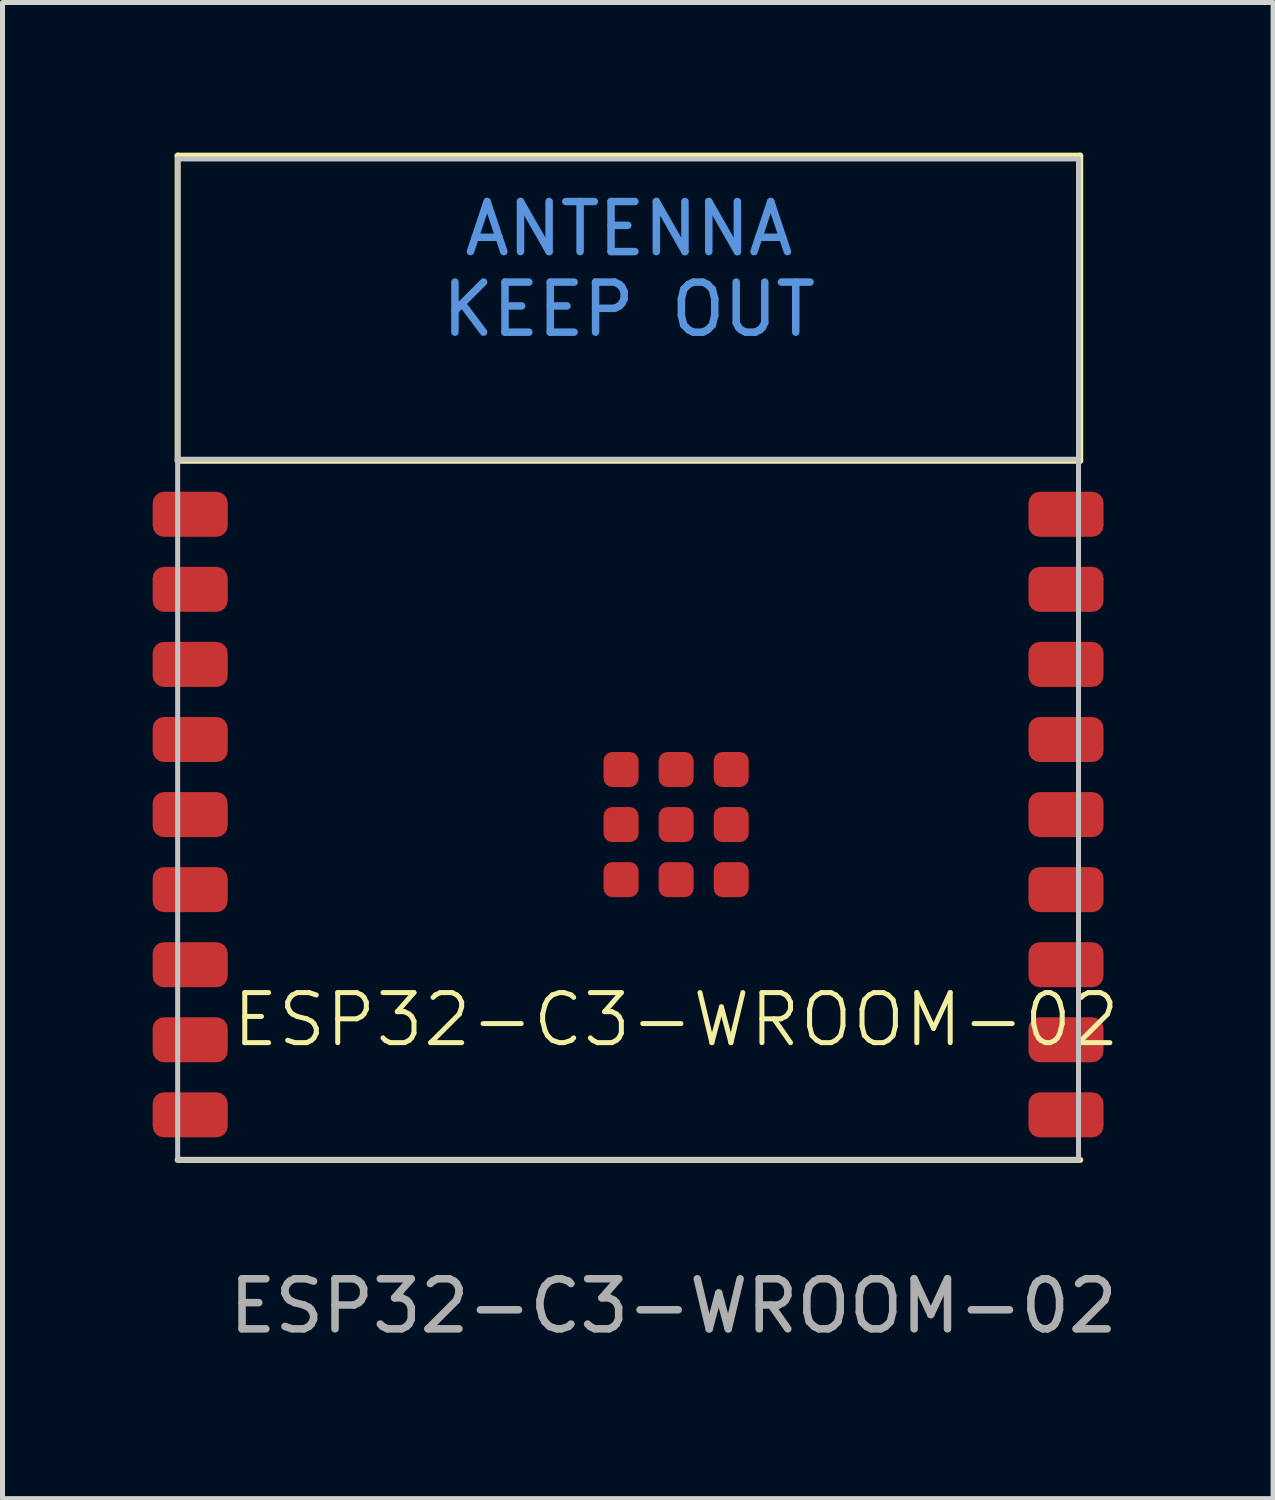
<source format=kicad_pcb>
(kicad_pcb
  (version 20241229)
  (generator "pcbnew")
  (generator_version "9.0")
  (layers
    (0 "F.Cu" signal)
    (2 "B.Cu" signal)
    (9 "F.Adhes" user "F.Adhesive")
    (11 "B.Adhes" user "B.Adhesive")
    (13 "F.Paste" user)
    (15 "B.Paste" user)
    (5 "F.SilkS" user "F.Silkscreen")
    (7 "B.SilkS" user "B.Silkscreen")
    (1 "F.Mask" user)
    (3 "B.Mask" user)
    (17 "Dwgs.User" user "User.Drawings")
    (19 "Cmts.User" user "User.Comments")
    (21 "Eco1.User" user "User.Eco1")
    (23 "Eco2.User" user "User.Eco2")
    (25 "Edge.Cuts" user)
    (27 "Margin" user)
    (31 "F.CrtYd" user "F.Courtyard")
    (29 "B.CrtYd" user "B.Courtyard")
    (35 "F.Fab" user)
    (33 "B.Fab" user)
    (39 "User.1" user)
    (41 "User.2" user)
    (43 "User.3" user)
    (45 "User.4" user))
  (footprint "ESP32-C3-WROOM-02"
    (layer "F.Cu")
    (at 0.5 20.126)
    (property "Reference" "ESP32-C3-WROOM-02" (at 9.96 -2.8 0) (unlocked yes) (layer "F.SilkS") (effects (font (size 1 1) (thickness 0.1))))
    (attr smd)
    (fp_line (start 0 -20.066) (end 0 -13.97) (stroke (width 0.12) (type default)) (layer "F.SilkS"))
    (fp_line (start 0 -13.97) (end 18.034 -13.97) (stroke (width 0.12) (type default)) (layer "F.SilkS"))
    (fp_line (start 18.034 -20.066) (end 0 -20.066) (stroke (width 0.12) (type default)) (layer "F.SilkS"))
    (fp_line (start 18.034 -13.97) (end 18.034 -20.066) (stroke (width 0.12) (type default)) (layer "F.SilkS"))
    (fp_line (start 18.034 0) (end 0 0) (stroke (width 0.12) (type default)) (layer "F.SilkS"))
    (fp_line (start 0 -14) (end 18 -14) (stroke (width 0.1) (type default)) (layer "Dwgs.User"))
    (fp_line (start 0 0) (end 0 -20) (stroke (width 0.1) (type default)) (layer "Dwgs.User"))
    (fp_line (start 0 0) (end 18 0) (stroke (width 0.1) (type default)) (layer "Dwgs.User"))
    (fp_line (start 18 -20) (end 0 -20) (stroke (width 0.1) (type default)) (layer "Dwgs.User"))
    (fp_line (start 18 -20) (end 18 0) (stroke (width 0.1) (type default)) (layer "Dwgs.User"))
    (fp_text user "${REFERENCE}" (at 9.906 2.921 0) (unlocked yes) (layer "F.Fab") (effects (font (size 1 1) (thickness 0.15))))
    (fp_text_box "ANTENNA\nKEEP OUT" (start 0 -19.939) (end 18.034 -13.97) (margins 0.75 0.75 0.75 0.75) (layer "Cmts.User") (effects (font (size 1 1) (thickness 0.15)) (justify top)) (border no) (stroke (width -0.000001) (type solid)))
    (pad "1" smd roundrect (at 0.25 -12.9) (size 1.5 0.9) (layers "F.Cu" "F.Mask" "F.Paste") (roundrect_rratio 0.25))
    (pad "2" smd roundrect (at 0.25 -11.4) (size 1.5 0.9) (layers "F.Cu" "F.Mask" "F.Paste") (roundrect_rratio 0.25))
    (pad "3" smd roundrect (at 0.25 -9.9) (size 1.5 0.9) (layers "F.Cu" "F.Mask" "F.Paste") (roundrect_rratio 0.25))
    (pad "4" smd roundrect (at 0.25 -8.4) (size 1.5 0.9) (layers "F.Cu" "F.Mask" "F.Paste") (roundrect_rratio 0.25))
    (pad "5" smd roundrect (at 0.25 -6.9) (size 1.5 0.9) (layers "F.Cu" "F.Mask" "F.Paste") (roundrect_rratio 0.25))
    (pad "6" smd roundrect (at 0.25 -5.4) (size 1.5 0.9) (layers "F.Cu" "F.Mask" "F.Paste") (roundrect_rratio 0.25))
    (pad "7" smd roundrect (at 0.25 -3.9) (size 1.5 0.9) (layers "F.Cu" "F.Mask" "F.Paste") (roundrect_rratio 0.25))
    (pad "8" smd roundrect (at 0.25 -2.4) (size 1.5 0.9) (layers "F.Cu" "F.Mask" "F.Paste") (roundrect_rratio 0.25))
    (pad "9" smd roundrect (at 0.25 -0.9) (size 1.5 0.9) (layers "F.Cu" "F.Mask" "F.Paste") (roundrect_rratio 0.25))
    (pad "10" smd roundrect (at 17.75 -0.9) (size 1.5 0.9) (layers "F.Cu" "F.Mask" "F.Paste") (roundrect_rratio 0.25))
    (pad "11" smd roundrect (at 17.75 -2.4) (size 1.5 0.9) (layers "F.Cu" "F.Mask" "F.Paste") (roundrect_rratio 0.25))
    (pad "12" smd roundrect (at 17.75 -3.9) (size 1.5 0.9) (layers "F.Cu" "F.Mask" "F.Paste") (roundrect_rratio 0.25))
    (pad "13" smd roundrect (at 17.75 -5.4) (size 1.5 0.9) (layers "F.Cu" "F.Mask" "F.Paste") (roundrect_rratio 0.25))
    (pad "14" smd roundrect (at 17.75 -6.9) (size 1.5 0.9) (layers "F.Cu" "F.Mask" "F.Paste") (roundrect_rratio 0.25))
    (pad "15" smd roundrect (at 17.75 -8.4) (size 1.5 0.9) (layers "F.Cu" "F.Mask" "F.Paste") (roundrect_rratio 0.25))
    (pad "16" smd roundrect (at 17.75 -9.9) (size 1.5 0.9) (layers "F.Cu" "F.Mask" "F.Paste") (roundrect_rratio 0.25))
    (pad "17" smd roundrect (at 17.75 -11.4) (size 1.5 0.9) (layers "F.Cu" "F.Mask" "F.Paste") (roundrect_rratio 0.25))
    (pad "18" smd roundrect (at 17.75 -12.9) (size 1.5 0.9) (layers "F.Cu" "F.Mask" "F.Paste") (roundrect_rratio 0.25))
    (pad "19" smd roundrect (at 8.86 -7.8) (size 0.7 0.7) (layers "F.Cu" "F.Mask" "F.Paste") (roundrect_rratio 0.25))
    (pad "19" smd roundrect (at 8.86 -6.7) (size 0.7 0.7) (layers "F.Cu" "F.Mask" "F.Paste") (roundrect_rratio 0.25))
    (pad "19" smd roundrect (at 8.86 -5.6) (size 0.7 0.7) (layers "F.Cu" "F.Mask" "F.Paste") (roundrect_rratio 0.25))
    (pad "19" smd roundrect (at 9.96 -7.8) (size 0.7 0.7) (layers "F.Cu" "F.Mask" "F.Paste") (roundrect_rratio 0.25))
    (pad "19" smd roundrect (at 9.96 -6.7) (size 0.7 0.7) (layers "F.Cu" "F.Mask" "F.Paste") (roundrect_rratio 0.25))
    (pad "19" smd roundrect (at 9.96 -5.6) (size 0.7 0.7) (layers "F.Cu" "F.Mask" "F.Paste") (roundrect_rratio 0.25))
    (pad "19" smd roundrect (at 11.06 -7.8) (size 0.7 0.7) (layers "F.Cu" "F.Mask" "F.Paste") (roundrect_rratio 0.25))
    (pad "19" smd roundrect (at 11.06 -6.7) (size 0.7 0.7) (layers "F.Cu" "F.Mask" "F.Paste") (roundrect_rratio 0.25))
    (pad "19" smd roundrect (at 11.06 -5.6) (size 0.7 0.7) (layers "F.Cu" "F.Mask" "F.Paste") (roundrect_rratio 0.25))
    (zone (net_name "") (layers "F.Cu" "B.Cu" "Dwgs.User") (name "ANTENNA") (hatch edge 0.5) (connect_pads) (min_thickness 0.25) (filled_areas_thickness no) (keepout (tracks not_allowed) (vias not_allowed) (pads not_allowed) (copperpour not_allowed) (footprints not_allowed)) (placement (enabled no)) (fill) (polygon (pts (xy 0.5 0.126) (xy 0.5 6.126) (xy 18.5 6.126) (xy 18.5 0.126)))))
  (gr_rect
    (start -3 -3)
    (end 22.388 26.895)
    (stroke (width 0.1) (type default))
    (fill no)
    (layer "Edge.Cuts")))
</source>
